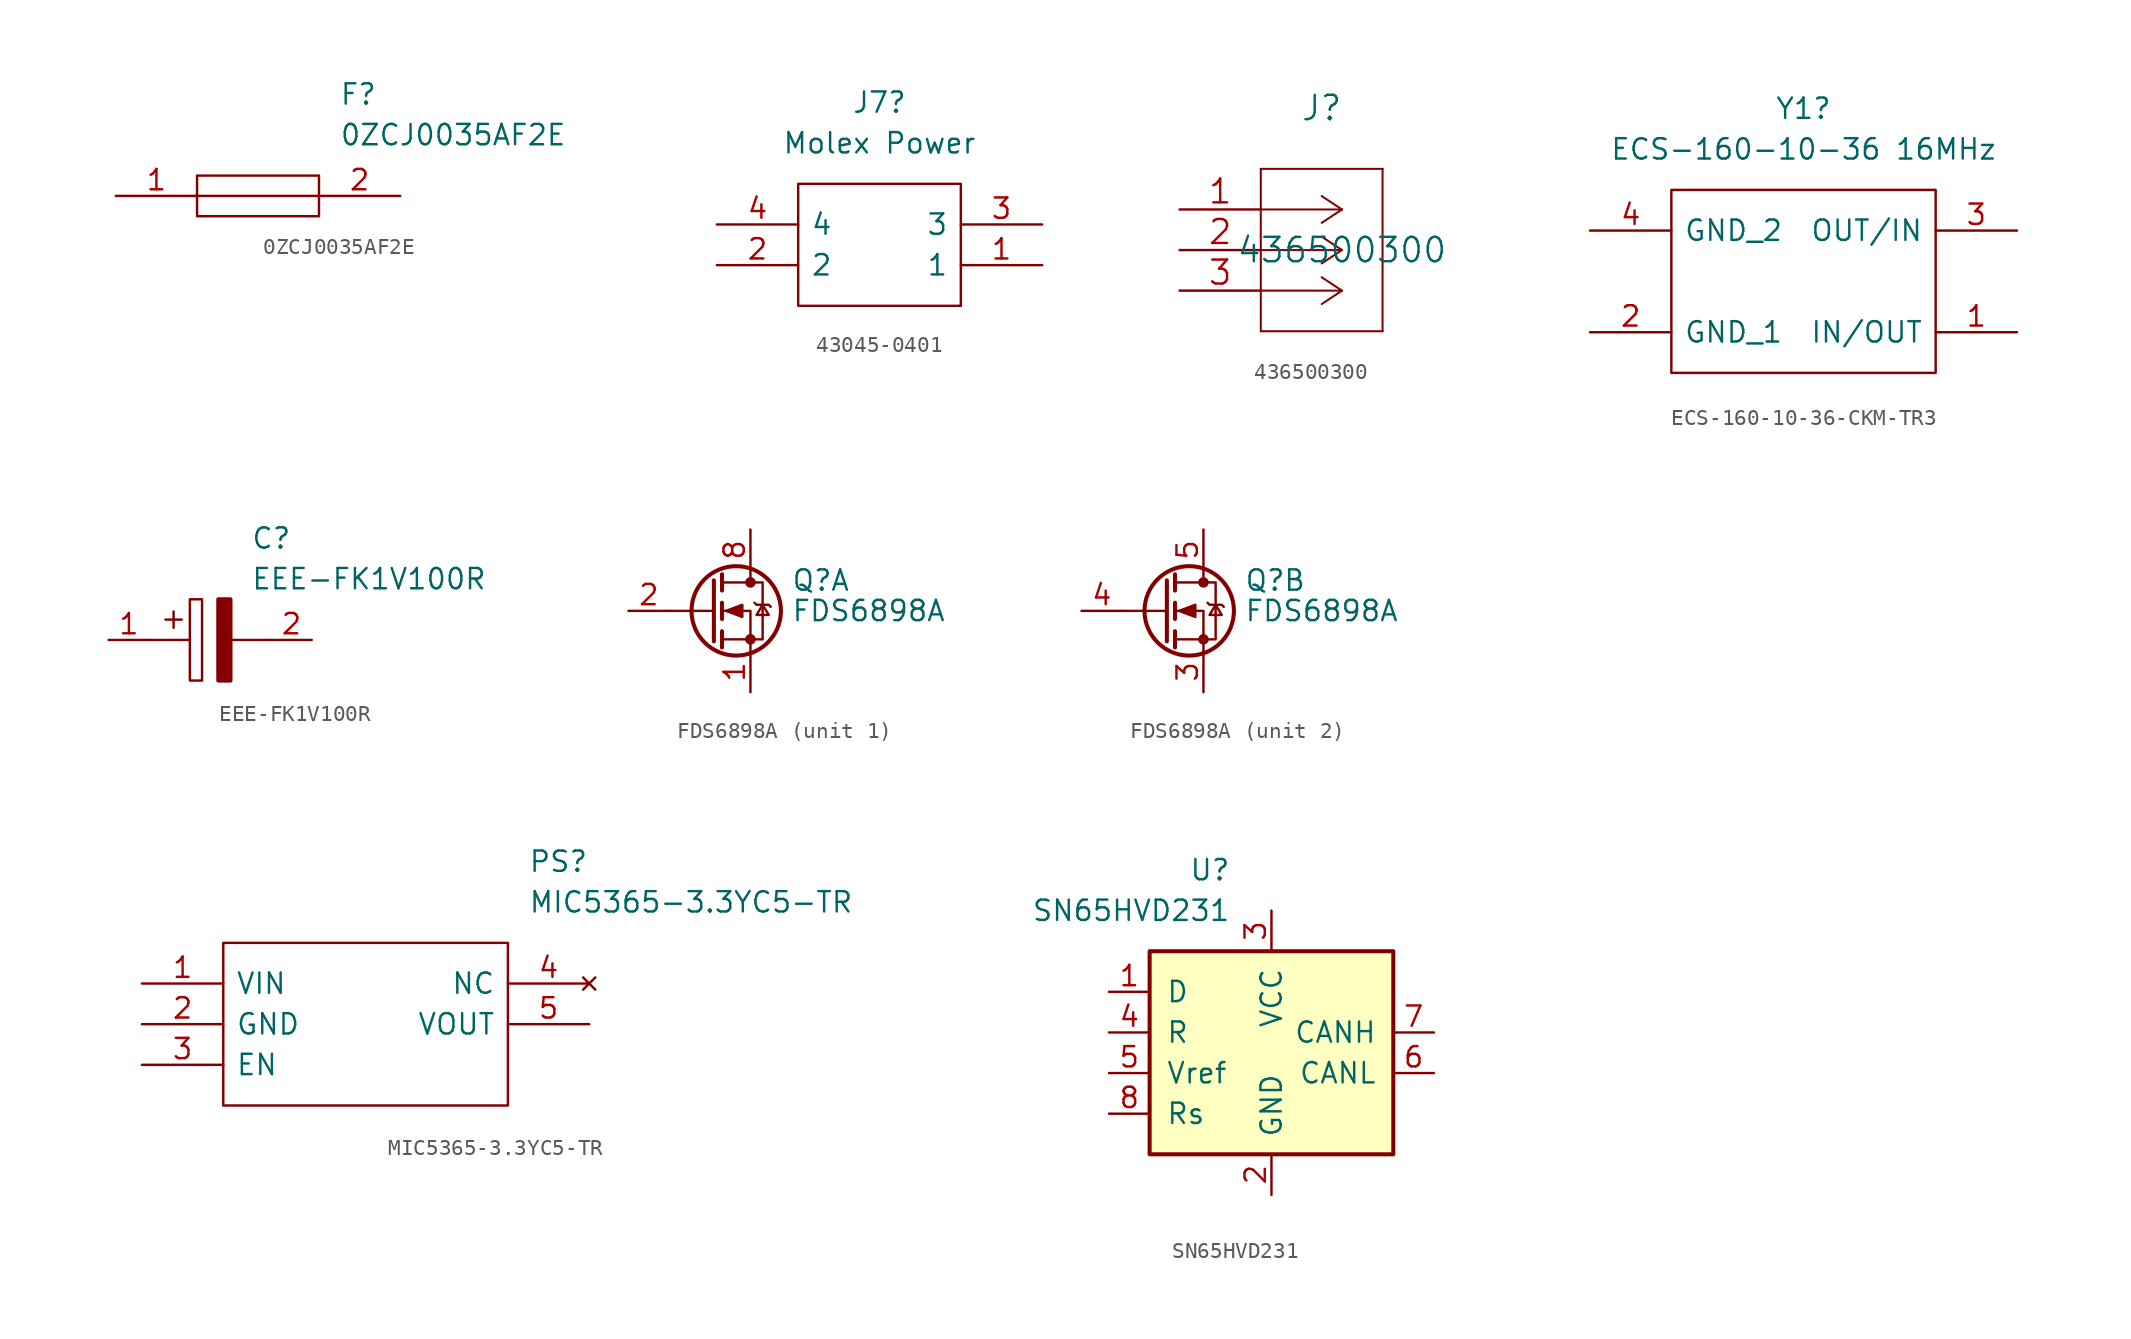
<source format=kicad_sym>
(kicad_symbol_lib
  (version 20220914)
  (generator kicad_symbol_editor)
  (symbol "0ZCJ0035AF2E"
    (pin_names
      (offset 0.762))
    (property "Reference" "F"
      (at 13.97 6.35 0)
      (effects (font (size 1.27 1.27)) (justify left)))
    (property "Value" "0ZCJ0035AF2E"
      (at 13.97 3.81 0)
      (effects (font (size 1.27 1.27)) (justify left)))
    (symbol "0ZCJ0035AF2E_0_0"
      (pin passive line (at 0 0 0) (length 5.08) (name "~" (effects (font (size 1.27 1.27)))) (number "1" (effects (font (size 1.27 1.27)))))
      (pin passive line (at 17.78 0 180) (length 5.08) (name "~" (effects (font (size 1.27 1.27)))) (number "2" (effects (font (size 1.27 1.27))))))
    (symbol "0ZCJ0035AF2E_0_1"
      (polyline (pts (xy 5.08 0) (xy 12.7 0)) (stroke (width 0.152) (type solid)) (fill (type none)))
      (polyline (pts (xy 5.08 1.27) (xy 12.7 1.27) (xy 12.7 -1.27) (xy 5.08 -1.27) (xy 5.08 1.27)) (stroke (width 0.152) (type solid)) (fill (type none)))))
  (symbol "43045-0401"
    (pin_names
      (offset 0.762))
    (property "Reference" "J7"
      (at 10.16 7.62 0)
      (effects (font (size 1.27 1.27))))
    (property "Value" "Molex Power"
      (at 10.16 5.08 0)
      (effects (font (size 1.27 1.27))))
    (symbol "43045-0401_0_0"
      (pin power_out line (at 20.32 -2.54 180) (length 5.08) (name "1" (effects (font (size 1.27 1.27)))) (number "1" (effects (font (size 1.27 1.27)))))
      (pin passive line (at 0 -2.54 0) (length 5.08) (name "2" (effects (font (size 1.27 1.27)))) (number "2" (effects (font (size 1.27 1.27)))))
      (pin free line (at 20.32 0 180) (length 5.08) (name "3" (effects (font (size 1.27 1.27)))) (number "3" (effects (font (size 1.27 1.27)))))
      (pin power_out line (at 0 0 0) (length 5.08) (name "4" (effects (font (size 1.27 1.27)))) (number "4" (effects (font (size 1.27 1.27))))))
    (symbol "43045-0401_0_1"
      (polyline (pts (xy 5.08 2.54) (xy 15.24 2.54) (xy 15.24 -5.08) (xy 5.08 -5.08) (xy 5.08 2.54)) (stroke (width 0.152) (type default)) (fill (type none)))))
  (symbol "436500300"
    (pin_names
      (offset 0.254) hide)
    (property "Reference" "J"
      (at 8.89 6.35 0)
      (effects (font (size 1.524 1.524))))
    (property "Value" "436500300"
      (at 10.16 -2.54 0)
      (effects (font (size 1.524 1.524))))
    (property "Datasheet" ""
      (at 0 0 0)
      (effects (font (size 1.524 1.524))))
    (property "ki_locked" ""
      (at 0 0 0)
      (effects (font (size 1.27 1.27))))
    (symbol "436500300_1_1"
      (polyline (pts (xy 5.08 -7.62) (xy 12.7 -7.62)) (stroke (width 0.127) (type default)) (fill (type none)))
      (polyline (pts (xy 5.08 2.54) (xy 5.08 -7.62)) (stroke (width 0.127) (type default)) (fill (type none)))
      (polyline (pts (xy 10.16 -5.08) (xy 5.08 -5.08)) (stroke (width 0.127) (type default)) (fill (type none)))
      (polyline (pts (xy 10.16 -5.08) (xy 8.89 -5.918)) (stroke (width 0.127) (type default)) (fill (type none)))
      (polyline (pts (xy 10.16 -5.08) (xy 8.89 -4.242)) (stroke (width 0.127) (type default)) (fill (type none)))
      (polyline (pts (xy 10.16 -2.54) (xy 5.08 -2.54)) (stroke (width 0.127) (type default)) (fill (type none)))
      (polyline (pts (xy 10.16 -2.54) (xy 8.89 -3.378)) (stroke (width 0.127) (type default)) (fill (type none)))
      (polyline (pts (xy 10.16 -2.54) (xy 8.89 -1.702)) (stroke (width 0.127) (type default)) (fill (type none)))
      (polyline (pts (xy 10.16 0) (xy 5.08 0)) (stroke (width 0.127) (type default)) (fill (type none)))
      (polyline (pts (xy 10.16 0) (xy 8.89 -0.838)) (stroke (width 0.127) (type default)) (fill (type none)))
      (polyline (pts (xy 10.16 0) (xy 8.89 0.838)) (stroke (width 0.127) (type default)) (fill (type none)))
      (polyline (pts (xy 12.7 -7.62) (xy 12.7 2.54)) (stroke (width 0.127) (type default)) (fill (type none)))
      (polyline (pts (xy 12.7 2.54) (xy 5.08 2.54)) (stroke (width 0.127) (type default)) (fill (type none)))
      (pin unspecified line (at 0 0 0) (length 5.08) (name "1" (effects (font (size 1.499 1.499)))) (number "1" (effects (font (size 1.499 1.499)))))
      (pin unspecified line (at 0 -2.54 0) (length 5.08) (name "2" (effects (font (size 1.499 1.499)))) (number "2" (effects (font (size 1.499 1.499)))))
      (pin unspecified line (at 0 -5.08 0) (length 5.08) (name "3" (effects (font (size 1.499 1.499)))) (number "3" (effects (font (size 1.499 1.499)))))))
  (symbol "ECS-160-10-36-CKM-TR3"
    (pin_names
      (offset 0.762))
    (property "Reference" "Y1"
      (at 13.335 7.62 0)
      (effects (font (size 1.27 1.27))))
    (property "Value" "ECS-160-10-36 16MHz"
      (at 13.335 5.08 0)
      (effects (font (size 1.27 1.27))))
    (symbol "ECS-160-10-36-CKM-TR3_0_0"
      (pin passive line (at 26.67 -6.35 180) (length 5.08) (name "IN/OUT" (effects (font (size 1.27 1.27)))) (number "1" (effects (font (size 1.27 1.27)))))
      (pin passive line (at 0 -6.35 0) (length 5.08) (name "GND_1" (effects (font (size 1.27 1.27)))) (number "2" (effects (font (size 1.27 1.27)))))
      (pin passive line (at 26.67 0 180) (length 5.08) (name "OUT/IN" (effects (font (size 1.27 1.27)))) (number "3" (effects (font (size 1.27 1.27)))))
      (pin passive line (at 0 0 0) (length 5.08) (name "GND_2" (effects (font (size 1.27 1.27)))) (number "4" (effects (font (size 1.27 1.27))))))
    (symbol "ECS-160-10-36-CKM-TR3_0_1"
      (polyline (pts (xy 5.08 2.54) (xy 21.59 2.54) (xy 21.59 -8.89) (xy 5.08 -8.89) (xy 5.08 2.54)) (stroke (width 0.152) (type default)) (fill (type none)))))
  (symbol "EEE-FK1V100R"
    (pin_names
      (offset 0.762))
    (property "Reference" "C"
      (at 8.89 6.35 0)
      (effects (font (size 1.27 1.27)) (justify left)))
    (property "Value" "EEE-FK1V100R"
      (at 8.89 3.81 0)
      (effects (font (size 1.27 1.27)) (justify left)))
    (symbol "EEE-FK1V100R_0_0"
      (pin passive line (at 0 0 0) (length 2.54) (name "~" (effects (font (size 1.27 1.27)))) (number "1" (effects (font (size 1.27 1.27)))))
      (pin passive line (at 12.7 0 180) (length 2.54) (name "~" (effects (font (size 1.27 1.27)))) (number "2" (effects (font (size 1.27 1.27))))))
    (symbol "EEE-FK1V100R_0_1"
      (polyline (pts (xy 2.54 0) (xy 5.08 0)) (stroke (width 0.152) (type solid)) (fill (type none)))
      (polyline (pts (xy 4.064 1.778) (xy 4.064 0.762)) (stroke (width 0.152) (type solid)) (fill (type none)))
      (polyline (pts (xy 4.572 1.27) (xy 3.556 1.27)) (stroke (width 0.152) (type solid)) (fill (type none)))
      (polyline (pts (xy 7.62 0) (xy 10.16 0)) (stroke (width 0.152) (type solid)) (fill (type none)))
      (polyline (pts (xy 5.08 2.54) (xy 5.08 -2.54) (xy 5.842 -2.54) (xy 5.842 2.54) (xy 5.08 2.54)) (stroke (width 0.152) (type solid)) (fill (type none)))
      (polyline (pts (xy 7.62 2.54) (xy 7.62 -2.54) (xy 6.858 -2.54) (xy 6.858 2.54) (xy 7.62 2.54)) (stroke (width 0.254) (type solid)) (fill (type outline)))))
  (symbol "FDS6898A"
    (pin_names hide)
    (property "Reference" "Q"
      (at 5.08 1.905 0)
      (effects (font (size 1.27 1.27)) (justify left)))
    (property "Value" "FDS6898A"
      (at 5.08 0 0)
      (effects (font (size 1.27 1.27)) (justify left)))
    (symbol "FDS6898A_0_1"
      (polyline (pts (xy 0.254 0) (xy -2.54 0)) (stroke (width 0) (type default)) (fill (type none)))
      (polyline (pts (xy 0.254 1.905) (xy 0.254 -1.905)) (stroke (width 0.254) (type default)) (fill (type none)))
      (polyline (pts (xy 0.762 -1.27) (xy 0.762 -2.286)) (stroke (width 0.254) (type default)) (fill (type none)))
      (polyline (pts (xy 0.762 0.508) (xy 0.762 -0.508)) (stroke (width 0.254) (type default)) (fill (type none)))
      (polyline (pts (xy 0.762 2.286) (xy 0.762 1.27)) (stroke (width 0.254) (type default)) (fill (type none)))
      (polyline (pts (xy 2.54 2.54) (xy 2.54 1.778)) (stroke (width 0) (type default)) (fill (type none)))
      (polyline (pts (xy 2.54 -2.54) (xy 2.54 0) (xy 0.762 0)) (stroke (width 0) (type default)) (fill (type none)))
      (polyline (pts (xy 0.762 -1.778) (xy 3.302 -1.778) (xy 3.302 1.778) (xy 0.762 1.778)) (stroke (width 0) (type default)) (fill (type none)))
      (polyline (pts (xy 1.016 0) (xy 2.032 0.381) (xy 2.032 -0.381) (xy 1.016 0)) (stroke (width 0) (type default)) (fill (type outline)))
      (polyline (pts (xy 2.794 0.508) (xy 2.921 0.381) (xy 3.683 0.381) (xy 3.81 0.254)) (stroke (width 0) (type default)) (fill (type none)))
      (polyline (pts (xy 3.302 0.381) (xy 2.921 -0.254) (xy 3.683 -0.254) (xy 3.302 0.381)) (stroke (width 0) (type default)) (fill (type none)))
      (circle (center 1.651 0) (radius 2.794) (stroke (width 0.254) (type default)) (fill (type none)))
      (circle (center 2.54 -1.778) (radius 0.254) (stroke (width 0) (type default)) (fill (type outline)))
      (circle (center 2.54 1.778) (radius 0.254) (stroke (width 0) (type default)) (fill (type outline))))
    (symbol "FDS6898A_1_1"
      (pin passive line (at 2.54 -5.08 90) (length 2.54) (name "S1" (effects (font (size 1.27 1.27)))) (number "1" (effects (font (size 1.27 1.27)))))
      (pin passive line (at -5.08 0 0) (length 2.54) (name "G1" (effects (font (size 1.27 1.27)))) (number "2" (effects (font (size 1.27 1.27)))))
      (pin passive line (at 2.54 5.08 270) (length 2.54) hide (name "D1" (effects (font (size 1.27 1.27)))) (number "7" (effects (font (size 1.27 1.27)))))
      (pin passive line (at 2.54 5.08 270) (length 2.54) (name "D1" (effects (font (size 1.27 1.27)))) (number "8" (effects (font (size 1.27 1.27))))))
    (symbol "FDS6898A_2_1"
      (pin passive line (at 2.54 -5.08 90) (length 2.54) (name "S2" (effects (font (size 1.27 1.27)))) (number "3" (effects (font (size 1.27 1.27)))))
      (pin passive line (at -5.08 0 0) (length 2.54) (name "G2" (effects (font (size 1.27 1.27)))) (number "4" (effects (font (size 1.27 1.27)))))
      (pin passive line (at 2.54 5.08 270) (length 2.54) (name "D2" (effects (font (size 1.27 1.27)))) (number "5" (effects (font (size 1.27 1.27)))))
      (pin passive line (at 2.54 5.08 270) (length 2.54) hide (name "D2" (effects (font (size 1.27 1.27)))) (number "6" (effects (font (size 1.27 1.27)))))))
  (symbol "MIC5365-3.3YC5-TR"
    (pin_names
      (offset 0.762))
    (property "Reference" "PS"
      (at 24.13 7.62 0)
      (effects (font (size 1.27 1.27)) (justify left)))
    (property "Value" "MIC5365-3.3YC5-TR"
      (at 24.13 5.08 0)
      (effects (font (size 1.27 1.27)) (justify left)))
    (symbol "MIC5365-3.3YC5-TR_0_0"
      (pin power_in line (at 0 0 0) (length 5.08) (name "VIN" (effects (font (size 1.27 1.27)))) (number "1" (effects (font (size 1.27 1.27)))))
      (pin power_in line (at 0 -2.54 0) (length 5.08) (name "GND" (effects (font (size 1.27 1.27)))) (number "2" (effects (font (size 1.27 1.27)))))
      (pin input line (at 0 -5.08 0) (length 5.08) (name "EN" (effects (font (size 1.27 1.27)))) (number "3" (effects (font (size 1.27 1.27)))))
      (pin no_connect line (at 27.94 0 180) (length 5.08) (name "NC" (effects (font (size 1.27 1.27)))) (number "4" (effects (font (size 1.27 1.27)))))
      (pin output line (at 27.94 -2.54 180) (length 5.08) (name "VOUT" (effects (font (size 1.27 1.27)))) (number "5" (effects (font (size 1.27 1.27))))))
    (symbol "MIC5365-3.3YC5-TR_0_1"
      (polyline (pts (xy 5.08 2.54) (xy 22.86 2.54) (xy 22.86 -7.62) (xy 5.08 -7.62) (xy 5.08 2.54)) (stroke (width 0.152) (type solid)) (fill (type none)))))
  (symbol "SN65HVD231"
    (pin_names
      (offset 1.016))
    (property "Reference" "U"
      (at -2.54 10.16 0)
      (effects (font (size 1.27 1.27)) (justify right)))
    (property "Value" "SN65HVD231"
      (at -2.54 7.62 0)
      (effects (font (size 1.27 1.27)) (justify right)))
    (symbol "SN65HVD231_0_1"
      (rectangle (start -7.62 5.08) (end 7.62 -7.62) (stroke (width 0.254) (type default)) (fill (type background))))
    (symbol "SN65HVD231_1_1"
      (pin input line (at -10.16 2.54 0) (length 2.54) (name "D" (effects (font (size 1.27 1.27)))) (number "1" (effects (font (size 1.27 1.27)))))
      (pin power_in line (at 0 -10.16 90) (length 2.54) (name "GND" (effects (font (size 1.27 1.27)))) (number "2" (effects (font (size 1.27 1.27)))))
      (pin power_in line (at 0 7.62 270) (length 2.54) (name "VCC" (effects (font (size 1.27 1.27)))) (number "3" (effects (font (size 1.27 1.27)))))
      (pin output line (at -10.16 0 0) (length 2.54) (name "R" (effects (font (size 1.27 1.27)))) (number "4" (effects (font (size 1.27 1.27)))))
      (pin output line (at -10.16 -2.54 0) (length 2.54) (name "Vref" (effects (font (size 1.27 1.27)))) (number "5" (effects (font (size 1.27 1.27)))))
      (pin bidirectional line (at 10.16 -2.54 180) (length 2.54) (name "CANL" (effects (font (size 1.27 1.27)))) (number "6" (effects (font (size 1.27 1.27)))))
      (pin bidirectional line (at 10.16 0 180) (length 2.54) (name "CANH" (effects (font (size 1.27 1.27)))) (number "7" (effects (font (size 1.27 1.27)))))
      (pin input line (at -10.16 -5.08 0) (length 2.54) (name "Rs" (effects (font (size 1.27 1.27)))) (number "8" (effects (font (size 1.27 1.27))))))))
</source>
